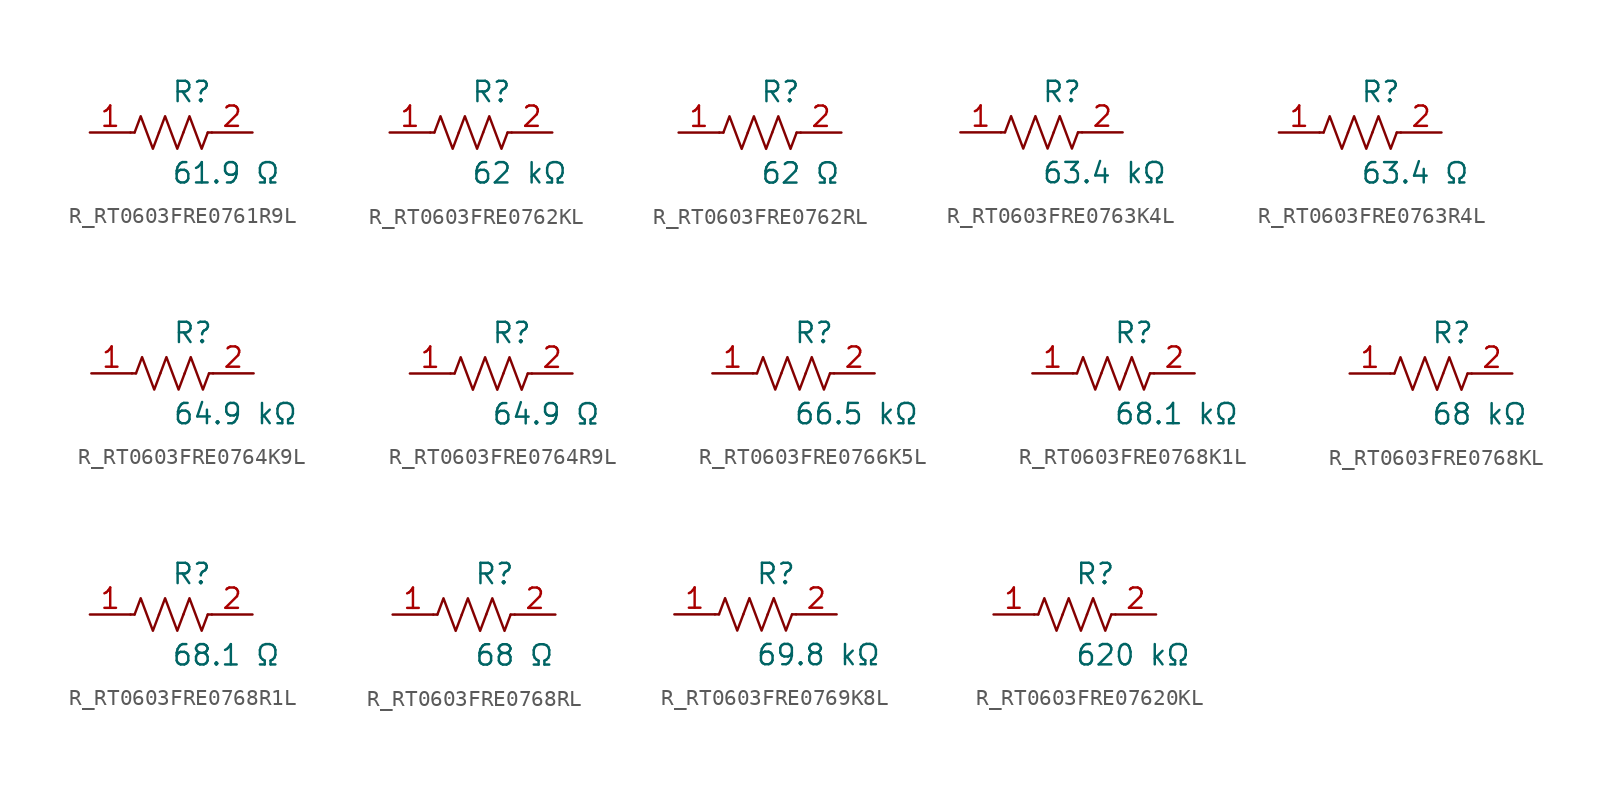
<source format=kicad_sym>
(kicad_symbol_lib
  (version 20231120)
  (generator kicad_symbol_editor)
  (generator_version 8.0)
  (symbol "R_RT0603FRE0761R9L"
    (pin_names
      (offset 0.254))
    (property "Reference" "R"
      (at 0.0 2.54 0)
      (effects (font (size 1.27 1.27)) (justify left)))
    (property "Value" "61.9 Ω"
      (at 0.0 -2.54 0)
      (effects (font (size 1.27 1.27)) (justify left)))
    (symbol "R_RT0603FRE0761R9L_0_1"
      (polyline (pts (xy 2.286 0) (xy 2.54 0)) (stroke (width 0) (type default)) (fill (type none)))
      (polyline (pts (xy -2.286 0) (xy -2.54 0)) (stroke (width 0) (type default)) (fill (type none)))
      (polyline (pts (xy 0.762 0) (xy 1.143 1.016) (xy 1.524 0) (xy 1.905 -1.016) (xy 2.286 0)) (stroke (width 0) (type default)) (fill (type none)))
      (polyline (pts (xy -0.762 0) (xy -0.381 1.016) (xy 0 0) (xy 0.381 -1.016) (xy 0.762 0)) (stroke (width 0) (type default)) (fill (type none)))
      (polyline (pts (xy -2.286 0) (xy -1.905 1.016) (xy -1.524 0) (xy -1.143 -1.016) (xy -0.762 0)) (stroke (width 0) (type default)) (fill (type none))))
    (pin unspecified line
      (at -5.08 0 0)
      (length 2.54)
      (name "" (effects (font (size 1.27 1.27))))
      (number "1" (effects (font (size 1.27 1.27)))))
    (pin unspecified line
      (at 5.08 0 180)
      (length 2.54)
      (name "" (effects (font (size 1.27 1.27))))
      (number "2" (effects (font (size 1.27 1.27))))))
  (symbol "R_RT0603FRE0762KL"
    (pin_names
      (offset 0.254))
    (property "Reference" "R"
      (at 0.0 2.54 0)
      (effects (font (size 1.27 1.27)) (justify left)))
    (property "Value" "62 kΩ"
      (at 0.0 -2.54 0)
      (effects (font (size 1.27 1.27)) (justify left)))
    (symbol "R_RT0603FRE0762KL_0_1"
      (polyline (pts (xy 2.286 0) (xy 2.54 0)) (stroke (width 0) (type default)) (fill (type none)))
      (polyline (pts (xy -2.286 0) (xy -2.54 0)) (stroke (width 0) (type default)) (fill (type none)))
      (polyline (pts (xy 0.762 0) (xy 1.143 1.016) (xy 1.524 0) (xy 1.905 -1.016) (xy 2.286 0)) (stroke (width 0) (type default)) (fill (type none)))
      (polyline (pts (xy -0.762 0) (xy -0.381 1.016) (xy 0 0) (xy 0.381 -1.016) (xy 0.762 0)) (stroke (width 0) (type default)) (fill (type none)))
      (polyline (pts (xy -2.286 0) (xy -1.905 1.016) (xy -1.524 0) (xy -1.143 -1.016) (xy -0.762 0)) (stroke (width 0) (type default)) (fill (type none))))
    (pin unspecified line
      (at -5.08 0 0)
      (length 2.54)
      (name "" (effects (font (size 1.27 1.27))))
      (number "1" (effects (font (size 1.27 1.27)))))
    (pin unspecified line
      (at 5.08 0 180)
      (length 2.54)
      (name "" (effects (font (size 1.27 1.27))))
      (number "2" (effects (font (size 1.27 1.27))))))
  (symbol "R_RT0603FRE0762RL"
    (pin_names
      (offset 0.254))
    (property "Reference" "R"
      (at 0.0 2.54 0)
      (effects (font (size 1.27 1.27)) (justify left)))
    (property "Value" "62 Ω"
      (at 0.0 -2.54 0)
      (effects (font (size 1.27 1.27)) (justify left)))
    (symbol "R_RT0603FRE0762RL_0_1"
      (polyline (pts (xy 2.286 0) (xy 2.54 0)) (stroke (width 0) (type default)) (fill (type none)))
      (polyline (pts (xy -2.286 0) (xy -2.54 0)) (stroke (width 0) (type default)) (fill (type none)))
      (polyline (pts (xy 0.762 0) (xy 1.143 1.016) (xy 1.524 0) (xy 1.905 -1.016) (xy 2.286 0)) (stroke (width 0) (type default)) (fill (type none)))
      (polyline (pts (xy -0.762 0) (xy -0.381 1.016) (xy 0 0) (xy 0.381 -1.016) (xy 0.762 0)) (stroke (width 0) (type default)) (fill (type none)))
      (polyline (pts (xy -2.286 0) (xy -1.905 1.016) (xy -1.524 0) (xy -1.143 -1.016) (xy -0.762 0)) (stroke (width 0) (type default)) (fill (type none))))
    (pin unspecified line
      (at -5.08 0 0)
      (length 2.54)
      (name "" (effects (font (size 1.27 1.27))))
      (number "1" (effects (font (size 1.27 1.27)))))
    (pin unspecified line
      (at 5.08 0 180)
      (length 2.54)
      (name "" (effects (font (size 1.27 1.27))))
      (number "2" (effects (font (size 1.27 1.27))))))
  (symbol "R_RT0603FRE0763K4L"
    (pin_names
      (offset 0.254))
    (property "Reference" "R"
      (at 0.0 2.54 0)
      (effects (font (size 1.27 1.27)) (justify left)))
    (property "Value" "63.4 kΩ"
      (at 0.0 -2.54 0)
      (effects (font (size 1.27 1.27)) (justify left)))
    (symbol "R_RT0603FRE0763K4L_0_1"
      (polyline (pts (xy 2.286 0) (xy 2.54 0)) (stroke (width 0) (type default)) (fill (type none)))
      (polyline (pts (xy -2.286 0) (xy -2.54 0)) (stroke (width 0) (type default)) (fill (type none)))
      (polyline (pts (xy 0.762 0) (xy 1.143 1.016) (xy 1.524 0) (xy 1.905 -1.016) (xy 2.286 0)) (stroke (width 0) (type default)) (fill (type none)))
      (polyline (pts (xy -0.762 0) (xy -0.381 1.016) (xy 0 0) (xy 0.381 -1.016) (xy 0.762 0)) (stroke (width 0) (type default)) (fill (type none)))
      (polyline (pts (xy -2.286 0) (xy -1.905 1.016) (xy -1.524 0) (xy -1.143 -1.016) (xy -0.762 0)) (stroke (width 0) (type default)) (fill (type none))))
    (pin unspecified line
      (at -5.08 0 0)
      (length 2.54)
      (name "" (effects (font (size 1.27 1.27))))
      (number "1" (effects (font (size 1.27 1.27)))))
    (pin unspecified line
      (at 5.08 0 180)
      (length 2.54)
      (name "" (effects (font (size 1.27 1.27))))
      (number "2" (effects (font (size 1.27 1.27))))))
  (symbol "R_RT0603FRE0763R4L"
    (pin_names
      (offset 0.254))
    (property "Reference" "R"
      (at 0.0 2.54 0)
      (effects (font (size 1.27 1.27)) (justify left)))
    (property "Value" "63.4 Ω"
      (at 0.0 -2.54 0)
      (effects (font (size 1.27 1.27)) (justify left)))
    (symbol "R_RT0603FRE0763R4L_0_1"
      (polyline (pts (xy 2.286 0) (xy 2.54 0)) (stroke (width 0) (type default)) (fill (type none)))
      (polyline (pts (xy -2.286 0) (xy -2.54 0)) (stroke (width 0) (type default)) (fill (type none)))
      (polyline (pts (xy 0.762 0) (xy 1.143 1.016) (xy 1.524 0) (xy 1.905 -1.016) (xy 2.286 0)) (stroke (width 0) (type default)) (fill (type none)))
      (polyline (pts (xy -0.762 0) (xy -0.381 1.016) (xy 0 0) (xy 0.381 -1.016) (xy 0.762 0)) (stroke (width 0) (type default)) (fill (type none)))
      (polyline (pts (xy -2.286 0) (xy -1.905 1.016) (xy -1.524 0) (xy -1.143 -1.016) (xy -0.762 0)) (stroke (width 0) (type default)) (fill (type none))))
    (pin unspecified line
      (at -5.08 0 0)
      (length 2.54)
      (name "" (effects (font (size 1.27 1.27))))
      (number "1" (effects (font (size 1.27 1.27)))))
    (pin unspecified line
      (at 5.08 0 180)
      (length 2.54)
      (name "" (effects (font (size 1.27 1.27))))
      (number "2" (effects (font (size 1.27 1.27))))))
  (symbol "R_RT0603FRE0764K9L"
    (pin_names
      (offset 0.254))
    (property "Reference" "R"
      (at 0.0 2.54 0)
      (effects (font (size 1.27 1.27)) (justify left)))
    (property "Value" "64.9 kΩ"
      (at 0.0 -2.54 0)
      (effects (font (size 1.27 1.27)) (justify left)))
    (symbol "R_RT0603FRE0764K9L_0_1"
      (polyline (pts (xy 2.286 0) (xy 2.54 0)) (stroke (width 0) (type default)) (fill (type none)))
      (polyline (pts (xy -2.286 0) (xy -2.54 0)) (stroke (width 0) (type default)) (fill (type none)))
      (polyline (pts (xy 0.762 0) (xy 1.143 1.016) (xy 1.524 0) (xy 1.905 -1.016) (xy 2.286 0)) (stroke (width 0) (type default)) (fill (type none)))
      (polyline (pts (xy -0.762 0) (xy -0.381 1.016) (xy 0 0) (xy 0.381 -1.016) (xy 0.762 0)) (stroke (width 0) (type default)) (fill (type none)))
      (polyline (pts (xy -2.286 0) (xy -1.905 1.016) (xy -1.524 0) (xy -1.143 -1.016) (xy -0.762 0)) (stroke (width 0) (type default)) (fill (type none))))
    (pin unspecified line
      (at -5.08 0 0)
      (length 2.54)
      (name "" (effects (font (size 1.27 1.27))))
      (number "1" (effects (font (size 1.27 1.27)))))
    (pin unspecified line
      (at 5.08 0 180)
      (length 2.54)
      (name "" (effects (font (size 1.27 1.27))))
      (number "2" (effects (font (size 1.27 1.27))))))
  (symbol "R_RT0603FRE0764R9L"
    (pin_names
      (offset 0.254))
    (property "Reference" "R"
      (at 0.0 2.54 0)
      (effects (font (size 1.27 1.27)) (justify left)))
    (property "Value" "64.9 Ω"
      (at 0.0 -2.54 0)
      (effects (font (size 1.27 1.27)) (justify left)))
    (symbol "R_RT0603FRE0764R9L_0_1"
      (polyline (pts (xy 2.286 0) (xy 2.54 0)) (stroke (width 0) (type default)) (fill (type none)))
      (polyline (pts (xy -2.286 0) (xy -2.54 0)) (stroke (width 0) (type default)) (fill (type none)))
      (polyline (pts (xy 0.762 0) (xy 1.143 1.016) (xy 1.524 0) (xy 1.905 -1.016) (xy 2.286 0)) (stroke (width 0) (type default)) (fill (type none)))
      (polyline (pts (xy -0.762 0) (xy -0.381 1.016) (xy 0 0) (xy 0.381 -1.016) (xy 0.762 0)) (stroke (width 0) (type default)) (fill (type none)))
      (polyline (pts (xy -2.286 0) (xy -1.905 1.016) (xy -1.524 0) (xy -1.143 -1.016) (xy -0.762 0)) (stroke (width 0) (type default)) (fill (type none))))
    (pin unspecified line
      (at -5.08 0 0)
      (length 2.54)
      (name "" (effects (font (size 1.27 1.27))))
      (number "1" (effects (font (size 1.27 1.27)))))
    (pin unspecified line
      (at 5.08 0 180)
      (length 2.54)
      (name "" (effects (font (size 1.27 1.27))))
      (number "2" (effects (font (size 1.27 1.27))))))
  (symbol "R_RT0603FRE0766K5L"
    (pin_names
      (offset 0.254))
    (property "Reference" "R"
      (at 0.0 2.54 0)
      (effects (font (size 1.27 1.27)) (justify left)))
    (property "Value" "66.5 kΩ"
      (at 0.0 -2.54 0)
      (effects (font (size 1.27 1.27)) (justify left)))
    (symbol "R_RT0603FRE0766K5L_0_1"
      (polyline (pts (xy 2.286 0) (xy 2.54 0)) (stroke (width 0) (type default)) (fill (type none)))
      (polyline (pts (xy -2.286 0) (xy -2.54 0)) (stroke (width 0) (type default)) (fill (type none)))
      (polyline (pts (xy 0.762 0) (xy 1.143 1.016) (xy 1.524 0) (xy 1.905 -1.016) (xy 2.286 0)) (stroke (width 0) (type default)) (fill (type none)))
      (polyline (pts (xy -0.762 0) (xy -0.381 1.016) (xy 0 0) (xy 0.381 -1.016) (xy 0.762 0)) (stroke (width 0) (type default)) (fill (type none)))
      (polyline (pts (xy -2.286 0) (xy -1.905 1.016) (xy -1.524 0) (xy -1.143 -1.016) (xy -0.762 0)) (stroke (width 0) (type default)) (fill (type none))))
    (pin unspecified line
      (at -5.08 0 0)
      (length 2.54)
      (name "" (effects (font (size 1.27 1.27))))
      (number "1" (effects (font (size 1.27 1.27)))))
    (pin unspecified line
      (at 5.08 0 180)
      (length 2.54)
      (name "" (effects (font (size 1.27 1.27))))
      (number "2" (effects (font (size 1.27 1.27))))))
  (symbol "R_RT0603FRE0768K1L"
    (pin_names
      (offset 0.254))
    (property "Reference" "R"
      (at 0.0 2.54 0)
      (effects (font (size 1.27 1.27)) (justify left)))
    (property "Value" "68.1 kΩ"
      (at 0.0 -2.54 0)
      (effects (font (size 1.27 1.27)) (justify left)))
    (symbol "R_RT0603FRE0768K1L_0_1"
      (polyline (pts (xy 2.286 0) (xy 2.54 0)) (stroke (width 0) (type default)) (fill (type none)))
      (polyline (pts (xy -2.286 0) (xy -2.54 0)) (stroke (width 0) (type default)) (fill (type none)))
      (polyline (pts (xy 0.762 0) (xy 1.143 1.016) (xy 1.524 0) (xy 1.905 -1.016) (xy 2.286 0)) (stroke (width 0) (type default)) (fill (type none)))
      (polyline (pts (xy -0.762 0) (xy -0.381 1.016) (xy 0 0) (xy 0.381 -1.016) (xy 0.762 0)) (stroke (width 0) (type default)) (fill (type none)))
      (polyline (pts (xy -2.286 0) (xy -1.905 1.016) (xy -1.524 0) (xy -1.143 -1.016) (xy -0.762 0)) (stroke (width 0) (type default)) (fill (type none))))
    (pin unspecified line
      (at -5.08 0 0)
      (length 2.54)
      (name "" (effects (font (size 1.27 1.27))))
      (number "1" (effects (font (size 1.27 1.27)))))
    (pin unspecified line
      (at 5.08 0 180)
      (length 2.54)
      (name "" (effects (font (size 1.27 1.27))))
      (number "2" (effects (font (size 1.27 1.27))))))
  (symbol "R_RT0603FRE0768KL"
    (pin_names
      (offset 0.254))
    (property "Reference" "R"
      (at 0.0 2.54 0)
      (effects (font (size 1.27 1.27)) (justify left)))
    (property "Value" "68 kΩ"
      (at 0.0 -2.54 0)
      (effects (font (size 1.27 1.27)) (justify left)))
    (symbol "R_RT0603FRE0768KL_0_1"
      (polyline (pts (xy 2.286 0) (xy 2.54 0)) (stroke (width 0) (type default)) (fill (type none)))
      (polyline (pts (xy -2.286 0) (xy -2.54 0)) (stroke (width 0) (type default)) (fill (type none)))
      (polyline (pts (xy 0.762 0) (xy 1.143 1.016) (xy 1.524 0) (xy 1.905 -1.016) (xy 2.286 0)) (stroke (width 0) (type default)) (fill (type none)))
      (polyline (pts (xy -0.762 0) (xy -0.381 1.016) (xy 0 0) (xy 0.381 -1.016) (xy 0.762 0)) (stroke (width 0) (type default)) (fill (type none)))
      (polyline (pts (xy -2.286 0) (xy -1.905 1.016) (xy -1.524 0) (xy -1.143 -1.016) (xy -0.762 0)) (stroke (width 0) (type default)) (fill (type none))))
    (pin unspecified line
      (at -5.08 0 0)
      (length 2.54)
      (name "" (effects (font (size 1.27 1.27))))
      (number "1" (effects (font (size 1.27 1.27)))))
    (pin unspecified line
      (at 5.08 0 180)
      (length 2.54)
      (name "" (effects (font (size 1.27 1.27))))
      (number "2" (effects (font (size 1.27 1.27))))))
  (symbol "R_RT0603FRE0768R1L"
    (pin_names
      (offset 0.254))
    (property "Reference" "R"
      (at 0.0 2.54 0)
      (effects (font (size 1.27 1.27)) (justify left)))
    (property "Value" "68.1 Ω"
      (at 0.0 -2.54 0)
      (effects (font (size 1.27 1.27)) (justify left)))
    (symbol "R_RT0603FRE0768R1L_0_1"
      (polyline (pts (xy 2.286 0) (xy 2.54 0)) (stroke (width 0) (type default)) (fill (type none)))
      (polyline (pts (xy -2.286 0) (xy -2.54 0)) (stroke (width 0) (type default)) (fill (type none)))
      (polyline (pts (xy 0.762 0) (xy 1.143 1.016) (xy 1.524 0) (xy 1.905 -1.016) (xy 2.286 0)) (stroke (width 0) (type default)) (fill (type none)))
      (polyline (pts (xy -0.762 0) (xy -0.381 1.016) (xy 0 0) (xy 0.381 -1.016) (xy 0.762 0)) (stroke (width 0) (type default)) (fill (type none)))
      (polyline (pts (xy -2.286 0) (xy -1.905 1.016) (xy -1.524 0) (xy -1.143 -1.016) (xy -0.762 0)) (stroke (width 0) (type default)) (fill (type none))))
    (pin unspecified line
      (at -5.08 0 0)
      (length 2.54)
      (name "" (effects (font (size 1.27 1.27))))
      (number "1" (effects (font (size 1.27 1.27)))))
    (pin unspecified line
      (at 5.08 0 180)
      (length 2.54)
      (name "" (effects (font (size 1.27 1.27))))
      (number "2" (effects (font (size 1.27 1.27))))))
  (symbol "R_RT0603FRE0768RL"
    (pin_names
      (offset 0.254))
    (property "Reference" "R"
      (at 0.0 2.54 0)
      (effects (font (size 1.27 1.27)) (justify left)))
    (property "Value" "68 Ω"
      (at 0.0 -2.54 0)
      (effects (font (size 1.27 1.27)) (justify left)))
    (symbol "R_RT0603FRE0768RL_0_1"
      (polyline (pts (xy 2.286 0) (xy 2.54 0)) (stroke (width 0) (type default)) (fill (type none)))
      (polyline (pts (xy -2.286 0) (xy -2.54 0)) (stroke (width 0) (type default)) (fill (type none)))
      (polyline (pts (xy 0.762 0) (xy 1.143 1.016) (xy 1.524 0) (xy 1.905 -1.016) (xy 2.286 0)) (stroke (width 0) (type default)) (fill (type none)))
      (polyline (pts (xy -0.762 0) (xy -0.381 1.016) (xy 0 0) (xy 0.381 -1.016) (xy 0.762 0)) (stroke (width 0) (type default)) (fill (type none)))
      (polyline (pts (xy -2.286 0) (xy -1.905 1.016) (xy -1.524 0) (xy -1.143 -1.016) (xy -0.762 0)) (stroke (width 0) (type default)) (fill (type none))))
    (pin unspecified line
      (at -5.08 0 0)
      (length 2.54)
      (name "" (effects (font (size 1.27 1.27))))
      (number "1" (effects (font (size 1.27 1.27)))))
    (pin unspecified line
      (at 5.08 0 180)
      (length 2.54)
      (name "" (effects (font (size 1.27 1.27))))
      (number "2" (effects (font (size 1.27 1.27))))))
  (symbol "R_RT0603FRE0769K8L"
    (pin_names
      (offset 0.254))
    (property "Reference" "R"
      (at 0.0 2.54 0)
      (effects (font (size 1.27 1.27)) (justify left)))
    (property "Value" "69.8 kΩ"
      (at 0.0 -2.54 0)
      (effects (font (size 1.27 1.27)) (justify left)))
    (symbol "R_RT0603FRE0769K8L_0_1"
      (polyline (pts (xy 2.286 0) (xy 2.54 0)) (stroke (width 0) (type default)) (fill (type none)))
      (polyline (pts (xy -2.286 0) (xy -2.54 0)) (stroke (width 0) (type default)) (fill (type none)))
      (polyline (pts (xy 0.762 0) (xy 1.143 1.016) (xy 1.524 0) (xy 1.905 -1.016) (xy 2.286 0)) (stroke (width 0) (type default)) (fill (type none)))
      (polyline (pts (xy -0.762 0) (xy -0.381 1.016) (xy 0 0) (xy 0.381 -1.016) (xy 0.762 0)) (stroke (width 0) (type default)) (fill (type none)))
      (polyline (pts (xy -2.286 0) (xy -1.905 1.016) (xy -1.524 0) (xy -1.143 -1.016) (xy -0.762 0)) (stroke (width 0) (type default)) (fill (type none))))
    (pin unspecified line
      (at -5.08 0 0)
      (length 2.54)
      (name "" (effects (font (size 1.27 1.27))))
      (number "1" (effects (font (size 1.27 1.27)))))
    (pin unspecified line
      (at 5.08 0 180)
      (length 2.54)
      (name "" (effects (font (size 1.27 1.27))))
      (number "2" (effects (font (size 1.27 1.27))))))
  (symbol "R_RT0603FRE07620KL"
    (pin_names
      (offset 0.254))
    (property "Reference" "R"
      (at 0.0 2.54 0)
      (effects (font (size 1.27 1.27)) (justify left)))
    (property "Value" "620 kΩ"
      (at 0.0 -2.54 0)
      (effects (font (size 1.27 1.27)) (justify left)))
    (symbol "R_RT0603FRE07620KL_0_1"
      (polyline (pts (xy 2.286 0) (xy 2.54 0)) (stroke (width 0) (type default)) (fill (type none)))
      (polyline (pts (xy -2.286 0) (xy -2.54 0)) (stroke (width 0) (type default)) (fill (type none)))
      (polyline (pts (xy 0.762 0) (xy 1.143 1.016) (xy 1.524 0) (xy 1.905 -1.016) (xy 2.286 0)) (stroke (width 0) (type default)) (fill (type none)))
      (polyline (pts (xy -0.762 0) (xy -0.381 1.016) (xy 0 0) (xy 0.381 -1.016) (xy 0.762 0)) (stroke (width 0) (type default)) (fill (type none)))
      (polyline (pts (xy -2.286 0) (xy -1.905 1.016) (xy -1.524 0) (xy -1.143 -1.016) (xy -0.762 0)) (stroke (width 0) (type default)) (fill (type none))))
    (pin unspecified line
      (at -5.08 0 0)
      (length 2.54)
      (name "" (effects (font (size 1.27 1.27))))
      (number "1" (effects (font (size 1.27 1.27)))))
    (pin unspecified line
      (at 5.08 0 180)
      (length 2.54)
      (name "" (effects (font (size 1.27 1.27))))
      (number "2" (effects (font (size 1.27 1.27)))))))
</source>
